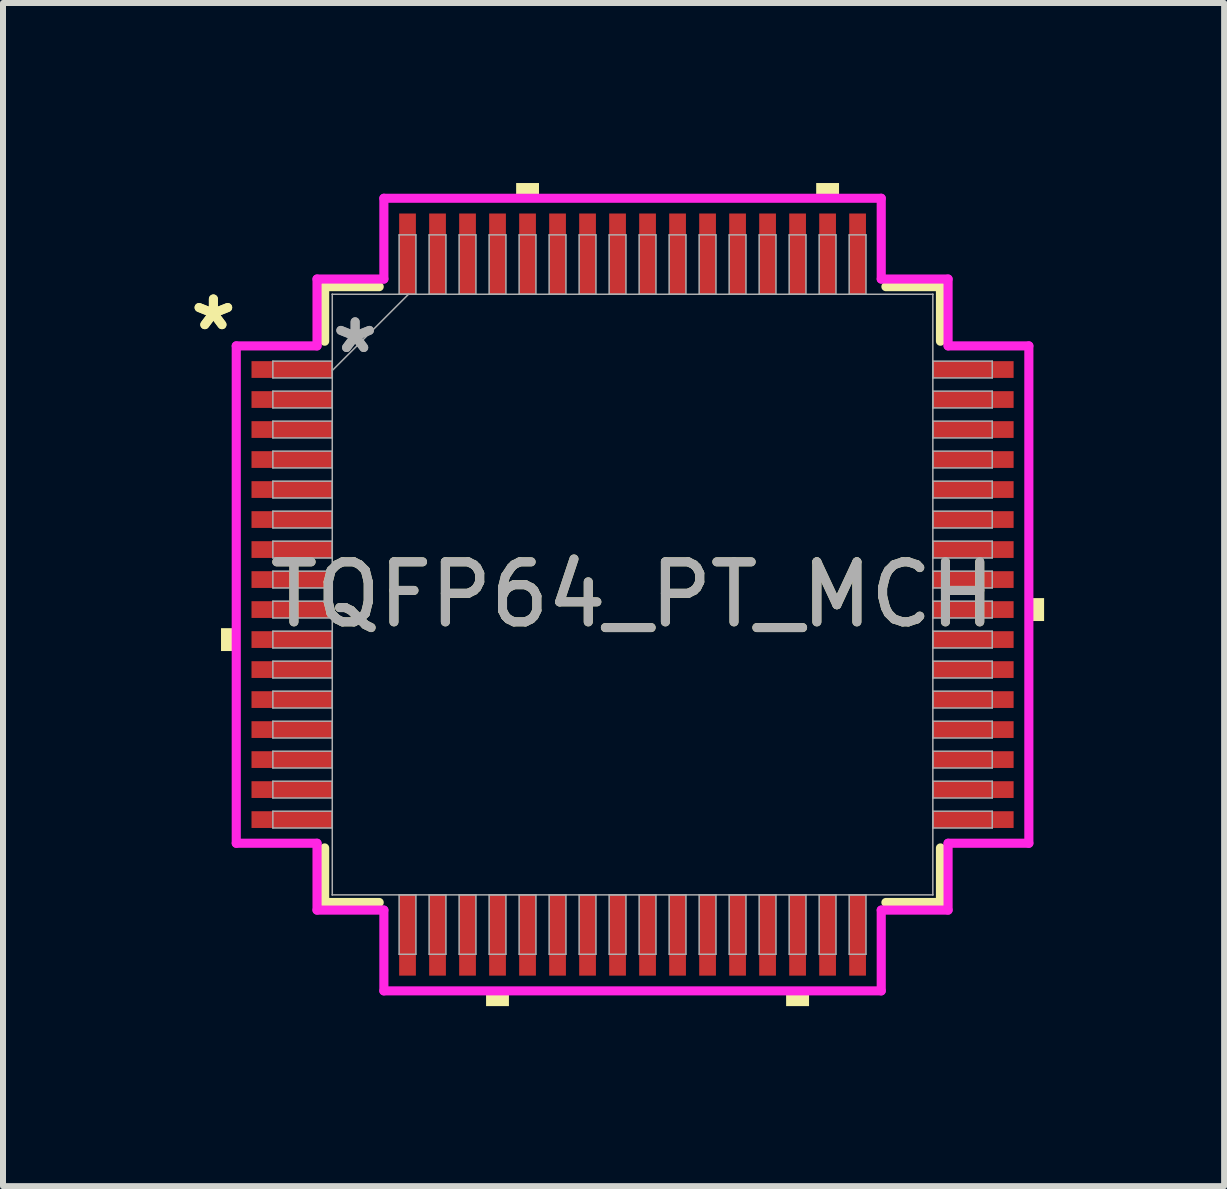
<source format=kicad_pcb>
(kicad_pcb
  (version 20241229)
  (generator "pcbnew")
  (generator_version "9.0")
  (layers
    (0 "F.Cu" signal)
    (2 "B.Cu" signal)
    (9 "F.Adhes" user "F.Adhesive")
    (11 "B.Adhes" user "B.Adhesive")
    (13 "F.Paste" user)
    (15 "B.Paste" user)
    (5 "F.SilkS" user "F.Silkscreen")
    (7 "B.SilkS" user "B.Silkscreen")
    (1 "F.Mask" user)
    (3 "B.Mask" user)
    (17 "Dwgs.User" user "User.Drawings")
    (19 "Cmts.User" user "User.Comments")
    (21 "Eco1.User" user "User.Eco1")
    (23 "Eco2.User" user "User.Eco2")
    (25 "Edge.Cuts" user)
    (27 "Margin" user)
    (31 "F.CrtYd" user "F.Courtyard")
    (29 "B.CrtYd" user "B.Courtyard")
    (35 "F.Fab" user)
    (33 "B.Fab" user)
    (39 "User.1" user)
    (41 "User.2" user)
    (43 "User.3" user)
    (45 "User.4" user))
  (footprint "TQFP64_PT_MCH"
    (layer "F.Cu")
    (at 7.491 6.858)
    (property "Reference" "TQFP64_PT_MCH" (at 0 0 0) (unlocked yes) (layer "F.SilkS") (effects (font (size 1 1) (thickness 0.15))))
    (attr smd)
    (fp_line (start -5.131 -5.131) (end -5.131 -4.222) (stroke (width 0.152) (type solid)) (layer "F.SilkS"))
    (fp_line (start -5.131 4.222) (end -5.131 5.131) (stroke (width 0.152) (type solid)) (layer "F.SilkS"))
    (fp_line (start -5.131 5.131) (end -4.222 5.131) (stroke (width 0.152) (type solid)) (layer "F.SilkS"))
    (fp_line (start -4.222 -5.131) (end -5.131 -5.131) (stroke (width 0.152) (type solid)) (layer "F.SilkS"))
    (fp_line (start 4.222 5.131) (end 5.131 5.131) (stroke (width 0.152) (type solid)) (layer "F.SilkS"))
    (fp_line (start 5.131 -5.131) (end 4.222 -5.131) (stroke (width 0.152) (type solid)) (layer "F.SilkS"))
    (fp_line (start 5.131 -4.222) (end 5.131 -5.131) (stroke (width 0.152) (type solid)) (layer "F.SilkS"))
    (fp_line (start 5.131 5.131) (end 5.131 4.222) (stroke (width 0.152) (type solid)) (layer "F.SilkS"))
    (fp_poly (pts (xy -6.858 0.56) (xy -6.858 0.941) (xy -6.604 0.941) (xy -6.604 0.56)) (stroke (width 0) (type solid)) (fill yes) (layer "F.SilkS"))
    (fp_poly (pts (xy -2.441 6.604) (xy -2.441 6.858) (xy -2.06 6.858) (xy -2.06 6.604)) (stroke (width 0) (type solid)) (fill yes) (layer "F.SilkS"))
    (fp_poly (pts (xy -1.94 -6.604) (xy -1.94 -6.858) (xy -1.559 -6.858) (xy -1.559 -6.604)) (stroke (width 0) (type solid)) (fill yes) (layer "F.SilkS"))
    (fp_poly (pts (xy 2.559 6.604) (xy 2.559 6.858) (xy 2.941 6.858) (xy 2.941 6.604)) (stroke (width 0) (type solid)) (fill yes) (layer "F.SilkS"))
    (fp_poly (pts (xy 3.06 -6.604) (xy 3.06 -6.858) (xy 3.441 -6.858) (xy 3.441 -6.604)) (stroke (width 0) (type solid)) (fill yes) (layer "F.SilkS"))
    (fp_poly (pts (xy 6.858 0.059) (xy 6.858 0.441) (xy 6.604 0.441) (xy 6.604 0.059)) (stroke (width 0) (type solid)) (fill yes) (layer "F.SilkS"))
    (fp_line (start -6.604 -4.144) (end -5.258 -4.144) (stroke (width 0.152) (type solid)) (layer "F.CrtYd"))
    (fp_line (start -6.604 4.144) (end -6.604 -4.144) (stroke (width 0.152) (type solid)) (layer "F.CrtYd"))
    (fp_line (start -5.258 -5.258) (end -4.144 -5.258) (stroke (width 0.152) (type solid)) (layer "F.CrtYd"))
    (fp_line (start -5.258 -4.144) (end -5.258 -5.258) (stroke (width 0.152) (type solid)) (layer "F.CrtYd"))
    (fp_line (start -5.258 4.144) (end -6.604 4.144) (stroke (width 0.152) (type solid)) (layer "F.CrtYd"))
    (fp_line (start -5.258 5.258) (end -5.258 4.144) (stroke (width 0.152) (type solid)) (layer "F.CrtYd"))
    (fp_line (start -5.258 5.258) (end -4.144 5.258) (stroke (width 0.152) (type solid)) (layer "F.CrtYd"))
    (fp_line (start -4.144 -6.604) (end 4.144 -6.604) (stroke (width 0.152) (type solid)) (layer "F.CrtYd"))
    (fp_line (start -4.144 -5.258) (end -4.144 -6.604) (stroke (width 0.152) (type solid)) (layer "F.CrtYd"))
    (fp_line (start -4.144 5.258) (end -4.144 6.604) (stroke (width 0.152) (type solid)) (layer "F.CrtYd"))
    (fp_line (start -4.144 6.604) (end 4.144 6.604) (stroke (width 0.152) (type solid)) (layer "F.CrtYd"))
    (fp_line (start 4.144 -6.604) (end 4.144 -5.258) (stroke (width 0.152) (type solid)) (layer "F.CrtYd"))
    (fp_line (start 4.144 -5.258) (end 5.258 -5.258) (stroke (width 0.152) (type solid)) (layer "F.CrtYd"))
    (fp_line (start 4.144 5.258) (end 5.258 5.258) (stroke (width 0.152) (type solid)) (layer "F.CrtYd"))
    (fp_line (start 4.144 6.604) (end 4.144 5.258) (stroke (width 0.152) (type solid)) (layer "F.CrtYd"))
    (fp_line (start 5.258 -4.144) (end 5.258 -5.258) (stroke (width 0.152) (type solid)) (layer "F.CrtYd"))
    (fp_line (start 5.258 4.144) (end 6.604 4.144) (stroke (width 0.152) (type solid)) (layer "F.CrtYd"))
    (fp_line (start 5.258 5.258) (end 5.258 4.144) (stroke (width 0.152) (type solid)) (layer "F.CrtYd"))
    (fp_line (start 6.604 -4.144) (end 5.258 -4.144) (stroke (width 0.152) (type solid)) (layer "F.CrtYd"))
    (fp_line (start 6.604 4.144) (end 6.604 -4.144) (stroke (width 0.152) (type solid)) (layer "F.CrtYd"))
    (fp_line (start -5.994 -3.89) (end -5.994 -3.61) (stroke (width 0.025) (type solid)) (layer "F.Fab"))
    (fp_line (start -5.994 -3.61) (end -5.004 -3.61) (stroke (width 0.025) (type solid)) (layer "F.Fab"))
    (fp_line (start -5.994 -3.39) (end -5.994 -3.11) (stroke (width 0.025) (type solid)) (layer "F.Fab"))
    (fp_line (start -5.994 -3.11) (end -5.004 -3.11) (stroke (width 0.025) (type solid)) (layer "F.Fab"))
    (fp_line (start -5.994 -2.89) (end -5.994 -2.61) (stroke (width 0.025) (type solid)) (layer "F.Fab"))
    (fp_line (start -5.994 -2.61) (end -5.004 -2.61) (stroke (width 0.025) (type solid)) (layer "F.Fab"))
    (fp_line (start -5.994 -2.39) (end -5.994 -2.11) (stroke (width 0.025) (type solid)) (layer "F.Fab"))
    (fp_line (start -5.994 -2.11) (end -5.004 -2.11) (stroke (width 0.025) (type solid)) (layer "F.Fab"))
    (fp_line (start -5.994 -1.89) (end -5.994 -1.61) (stroke (width 0.025) (type solid)) (layer "F.Fab"))
    (fp_line (start -5.994 -1.61) (end -5.004 -1.61) (stroke (width 0.025) (type solid)) (layer "F.Fab"))
    (fp_line (start -5.994 -1.39) (end -5.994 -1.11) (stroke (width 0.025) (type solid)) (layer "F.Fab"))
    (fp_line (start -5.994 -1.11) (end -5.004 -1.11) (stroke (width 0.025) (type solid)) (layer "F.Fab"))
    (fp_line (start -5.994 -0.89) (end -5.994 -0.61) (stroke (width 0.025) (type solid)) (layer "F.Fab"))
    (fp_line (start -5.994 -0.61) (end -5.004 -0.61) (stroke (width 0.025) (type solid)) (layer "F.Fab"))
    (fp_line (start -5.994 -0.39) (end -5.994 -0.11) (stroke (width 0.025) (type solid)) (layer "F.Fab"))
    (fp_line (start -5.994 -0.11) (end -5.004 -0.11) (stroke (width 0.025) (type solid)) (layer "F.Fab"))
    (fp_line (start -5.994 0.11) (end -5.994 0.39) (stroke (width 0.025) (type solid)) (layer "F.Fab"))
    (fp_line (start -5.994 0.39) (end -5.004 0.39) (stroke (width 0.025) (type solid)) (layer "F.Fab"))
    (fp_line (start -5.994 0.61) (end -5.994 0.89) (stroke (width 0.025) (type solid)) (layer "F.Fab"))
    (fp_line (start -5.994 0.89) (end -5.004 0.89) (stroke (width 0.025) (type solid)) (layer "F.Fab"))
    (fp_line (start -5.994 1.11) (end -5.994 1.39) (stroke (width 0.025) (type solid)) (layer "F.Fab"))
    (fp_line (start -5.994 1.39) (end -5.004 1.39) (stroke (width 0.025) (type solid)) (layer "F.Fab"))
    (fp_line (start -5.994 1.61) (end -5.994 1.89) (stroke (width 0.025) (type solid)) (layer "F.Fab"))
    (fp_line (start -5.994 1.89) (end -5.004 1.89) (stroke (width 0.025) (type solid)) (layer "F.Fab"))
    (fp_line (start -5.994 2.11) (end -5.994 2.39) (stroke (width 0.025) (type solid)) (layer "F.Fab"))
    (fp_line (start -5.994 2.39) (end -5.004 2.39) (stroke (width 0.025) (type solid)) (layer "F.Fab"))
    (fp_line (start -5.994 2.61) (end -5.994 2.89) (stroke (width 0.025) (type solid)) (layer "F.Fab"))
    (fp_line (start -5.994 2.89) (end -5.004 2.89) (stroke (width 0.025) (type solid)) (layer "F.Fab"))
    (fp_line (start -5.994 3.11) (end -5.994 3.39) (stroke (width 0.025) (type solid)) (layer "F.Fab"))
    (fp_line (start -5.994 3.39) (end -5.004 3.39) (stroke (width 0.025) (type solid)) (layer "F.Fab"))
    (fp_line (start -5.994 3.61) (end -5.994 3.89) (stroke (width 0.025) (type solid)) (layer "F.Fab"))
    (fp_line (start -5.994 3.89) (end -5.004 3.89) (stroke (width 0.025) (type solid)) (layer "F.Fab"))
    (fp_line (start -5.004 -5.004) (end -5.004 -5.004) (stroke (width 0.025) (type solid)) (layer "F.Fab"))
    (fp_line (start -5.004 -5.004) (end -5.004 5.004) (stroke (width 0.025) (type solid)) (layer "F.Fab"))
    (fp_line (start -5.004 -3.89) (end -5.994 -3.89) (stroke (width 0.025) (type solid)) (layer "F.Fab"))
    (fp_line (start -5.004 -3.734) (end -3.734 -5.004) (stroke (width 0.025) (type solid)) (layer "F.Fab"))
    (fp_line (start -5.004 -3.61) (end -5.004 -3.89) (stroke (width 0.025) (type solid)) (layer "F.Fab"))
    (fp_line (start -5.004 -3.39) (end -5.994 -3.39) (stroke (width 0.025) (type solid)) (layer "F.Fab"))
    (fp_line (start -5.004 -3.11) (end -5.004 -3.39) (stroke (width 0.025) (type solid)) (layer "F.Fab"))
    (fp_line (start -5.004 -2.89) (end -5.994 -2.89) (stroke (width 0.025) (type solid)) (layer "F.Fab"))
    (fp_line (start -5.004 -2.61) (end -5.004 -2.89) (stroke (width 0.025) (type solid)) (layer "F.Fab"))
    (fp_line (start -5.004 -2.39) (end -5.994 -2.39) (stroke (width 0.025) (type solid)) (layer "F.Fab"))
    (fp_line (start -5.004 -2.11) (end -5.004 -2.39) (stroke (width 0.025) (type solid)) (layer "F.Fab"))
    (fp_line (start -5.004 -1.89) (end -5.994 -1.89) (stroke (width 0.025) (type solid)) (layer "F.Fab"))
    (fp_line (start -5.004 -1.61) (end -5.004 -1.89) (stroke (width 0.025) (type solid)) (layer "F.Fab"))
    (fp_line (start -5.004 -1.39) (end -5.994 -1.39) (stroke (width 0.025) (type solid)) (layer "F.Fab"))
    (fp_line (start -5.004 -1.11) (end -5.004 -1.39) (stroke (width 0.025) (type solid)) (layer "F.Fab"))
    (fp_line (start -5.004 -0.89) (end -5.994 -0.89) (stroke (width 0.025) (type solid)) (layer "F.Fab"))
    (fp_line (start -5.004 -0.61) (end -5.004 -0.89) (stroke (width 0.025) (type solid)) (layer "F.Fab"))
    (fp_line (start -5.004 -0.39) (end -5.994 -0.39) (stroke (width 0.025) (type solid)) (layer "F.Fab"))
    (fp_line (start -5.004 -0.11) (end -5.004 -0.39) (stroke (width 0.025) (type solid)) (layer "F.Fab"))
    (fp_line (start -5.004 0.11) (end -5.994 0.11) (stroke (width 0.025) (type solid)) (layer "F.Fab"))
    (fp_line (start -5.004 0.39) (end -5.004 0.11) (stroke (width 0.025) (type solid)) (layer "F.Fab"))
    (fp_line (start -5.004 0.61) (end -5.994 0.61) (stroke (width 0.025) (type solid)) (layer "F.Fab"))
    (fp_line (start -5.004 0.89) (end -5.004 0.61) (stroke (width 0.025) (type solid)) (layer "F.Fab"))
    (fp_line (start -5.004 1.11) (end -5.994 1.11) (stroke (width 0.025) (type solid)) (layer "F.Fab"))
    (fp_line (start -5.004 1.39) (end -5.004 1.11) (stroke (width 0.025) (type solid)) (layer "F.Fab"))
    (fp_line (start -5.004 1.61) (end -5.994 1.61) (stroke (width 0.025) (type solid)) (layer "F.Fab"))
    (fp_line (start -5.004 1.89) (end -5.004 1.61) (stroke (width 0.025) (type solid)) (layer "F.Fab"))
    (fp_line (start -5.004 2.11) (end -5.994 2.11) (stroke (width 0.025) (type solid)) (layer "F.Fab"))
    (fp_line (start -5.004 2.39) (end -5.004 2.11) (stroke (width 0.025) (type solid)) (layer "F.Fab"))
    (fp_line (start -5.004 2.61) (end -5.994 2.61) (stroke (width 0.025) (type solid)) (layer "F.Fab"))
    (fp_line (start -5.004 2.89) (end -5.004 2.61) (stroke (width 0.025) (type solid)) (layer "F.Fab"))
    (fp_line (start -5.004 3.11) (end -5.994 3.11) (stroke (width 0.025) (type solid)) (layer "F.Fab"))
    (fp_line (start -5.004 3.39) (end -5.004 3.11) (stroke (width 0.025) (type solid)) (layer "F.Fab"))
    (fp_line (start -5.004 3.61) (end -5.994 3.61) (stroke (width 0.025) (type solid)) (layer "F.Fab"))
    (fp_line (start -5.004 3.89) (end -5.004 3.61) (stroke (width 0.025) (type solid)) (layer "F.Fab"))
    (fp_line (start -5.004 5.004) (end -5.004 5.004) (stroke (width 0.025) (type solid)) (layer "F.Fab"))
    (fp_line (start -5.004 5.004) (end 5.004 5.004) (stroke (width 0.025) (type solid)) (layer "F.Fab"))
    (fp_line (start -3.89 -5.994) (end -3.89 -5.004) (stroke (width 0.025) (type solid)) (layer "F.Fab"))
    (fp_line (start -3.89 -5.004) (end -3.61 -5.004) (stroke (width 0.025) (type solid)) (layer "F.Fab"))
    (fp_line (start -3.89 5.004) (end -3.89 5.994) (stroke (width 0.025) (type solid)) (layer "F.Fab"))
    (fp_line (start -3.89 5.994) (end -3.61 5.994) (stroke (width 0.025) (type solid)) (layer "F.Fab"))
    (fp_line (start -3.61 -5.994) (end -3.89 -5.994) (stroke (width 0.025) (type solid)) (layer "F.Fab"))
    (fp_line (start -3.61 -5.004) (end -3.61 -5.994) (stroke (width 0.025) (type solid)) (layer "F.Fab"))
    (fp_line (start -3.61 5.004) (end -3.89 5.004) (stroke (width 0.025) (type solid)) (layer "F.Fab"))
    (fp_line (start -3.61 5.994) (end -3.61 5.004) (stroke (width 0.025) (type solid)) (layer "F.Fab"))
    (fp_line (start -3.39 -5.994) (end -3.39 -5.004) (stroke (width 0.025) (type solid)) (layer "F.Fab"))
    (fp_line (start -3.39 -5.004) (end -3.11 -5.004) (stroke (width 0.025) (type solid)) (layer "F.Fab"))
    (fp_line (start -3.39 5.004) (end -3.39 5.994) (stroke (width 0.025) (type solid)) (layer "F.Fab"))
    (fp_line (start -3.39 5.994) (end -3.11 5.994) (stroke (width 0.025) (type solid)) (layer "F.Fab"))
    (fp_line (start -3.11 -5.994) (end -3.39 -5.994) (stroke (width 0.025) (type solid)) (layer "F.Fab"))
    (fp_line (start -3.11 -5.004) (end -3.11 -5.994) (stroke (width 0.025) (type solid)) (layer "F.Fab"))
    (fp_line (start -3.11 5.004) (end -3.39 5.004) (stroke (width 0.025) (type solid)) (layer "F.Fab"))
    (fp_line (start -3.11 5.994) (end -3.11 5.004) (stroke (width 0.025) (type solid)) (layer "F.Fab"))
    (fp_line (start -2.89 -5.994) (end -2.89 -5.004) (stroke (width 0.025) (type solid)) (layer "F.Fab"))
    (fp_line (start -2.89 -5.004) (end -2.61 -5.004) (stroke (width 0.025) (type solid)) (layer "F.Fab"))
    (fp_line (start -2.89 5.004) (end -2.89 5.994) (stroke (width 0.025) (type solid)) (layer "F.Fab"))
    (fp_line (start -2.89 5.994) (end -2.61 5.994) (stroke (width 0.025) (type solid)) (layer "F.Fab"))
    (fp_line (start -2.61 -5.994) (end -2.89 -5.994) (stroke (width 0.025) (type solid)) (layer "F.Fab"))
    (fp_line (start -2.61 -5.004) (end -2.61 -5.994) (stroke (width 0.025) (type solid)) (layer "F.Fab"))
    (fp_line (start -2.61 5.004) (end -2.89 5.004) (stroke (width 0.025) (type solid)) (layer "F.Fab"))
    (fp_line (start -2.61 5.994) (end -2.61 5.004) (stroke (width 0.025) (type solid)) (layer "F.Fab"))
    (fp_line (start -2.39 -5.994) (end -2.39 -5.004) (stroke (width 0.025) (type solid)) (layer "F.Fab"))
    (fp_line (start -2.39 -5.004) (end -2.11 -5.004) (stroke (width 0.025) (type solid)) (layer "F.Fab"))
    (fp_line (start -2.39 5.004) (end -2.39 5.994) (stroke (width 0.025) (type solid)) (layer "F.Fab"))
    (fp_line (start -2.39 5.994) (end -2.11 5.994) (stroke (width 0.025) (type solid)) (layer "F.Fab"))
    (fp_line (start -2.11 -5.994) (end -2.39 -5.994) (stroke (width 0.025) (type solid)) (layer "F.Fab"))
    (fp_line (start -2.11 -5.004) (end -2.11 -5.994) (stroke (width 0.025) (type solid)) (layer "F.Fab"))
    (fp_line (start -2.11 5.004) (end -2.39 5.004) (stroke (width 0.025) (type solid)) (layer "F.Fab"))
    (fp_line (start -2.11 5.994) (end -2.11 5.004) (stroke (width 0.025) (type solid)) (layer "F.Fab"))
    (fp_line (start -1.89 -5.994) (end -1.89 -5.004) (stroke (width 0.025) (type solid)) (layer "F.Fab"))
    (fp_line (start -1.89 -5.004) (end -1.61 -5.004) (stroke (width 0.025) (type solid)) (layer "F.Fab"))
    (fp_line (start -1.89 5.004) (end -1.89 5.994) (stroke (width 0.025) (type solid)) (layer "F.Fab"))
    (fp_line (start -1.89 5.994) (end -1.61 5.994) (stroke (width 0.025) (type solid)) (layer "F.Fab"))
    (fp_line (start -1.61 -5.994) (end -1.89 -5.994) (stroke (width 0.025) (type solid)) (layer "F.Fab"))
    (fp_line (start -1.61 -5.004) (end -1.61 -5.994) (stroke (width 0.025) (type solid)) (layer "F.Fab"))
    (fp_line (start -1.61 5.004) (end -1.89 5.004) (stroke (width 0.025) (type solid)) (layer "F.Fab"))
    (fp_line (start -1.61 5.994) (end -1.61 5.004) (stroke (width 0.025) (type solid)) (layer "F.Fab"))
    (fp_line (start -1.39 -5.994) (end -1.39 -5.004) (stroke (width 0.025) (type solid)) (layer "F.Fab"))
    (fp_line (start -1.39 -5.004) (end -1.11 -5.004) (stroke (width 0.025) (type solid)) (layer "F.Fab"))
    (fp_line (start -1.39 5.004) (end -1.39 5.994) (stroke (width 0.025) (type solid)) (layer "F.Fab"))
    (fp_line (start -1.39 5.994) (end -1.11 5.994) (stroke (width 0.025) (type solid)) (layer "F.Fab"))
    (fp_line (start -1.11 -5.994) (end -1.39 -5.994) (stroke (width 0.025) (type solid)) (layer "F.Fab"))
    (fp_line (start -1.11 -5.004) (end -1.11 -5.994) (stroke (width 0.025) (type solid)) (layer "F.Fab"))
    (fp_line (start -1.11 5.004) (end -1.39 5.004) (stroke (width 0.025) (type solid)) (layer "F.Fab"))
    (fp_line (start -1.11 5.994) (end -1.11 5.004) (stroke (width 0.025) (type solid)) (layer "F.Fab"))
    (fp_line (start -0.89 -5.994) (end -0.89 -5.004) (stroke (width 0.025) (type solid)) (layer "F.Fab"))
    (fp_line (start -0.89 -5.004) (end -0.61 -5.004) (stroke (width 0.025) (type solid)) (layer "F.Fab"))
    (fp_line (start -0.89 5.004) (end -0.89 5.994) (stroke (width 0.025) (type solid)) (layer "F.Fab"))
    (fp_line (start -0.89 5.994) (end -0.61 5.994) (stroke (width 0.025) (type solid)) (layer "F.Fab"))
    (fp_line (start -0.61 -5.994) (end -0.89 -5.994) (stroke (width 0.025) (type solid)) (layer "F.Fab"))
    (fp_line (start -0.61 -5.004) (end -0.61 -5.994) (stroke (width 0.025) (type solid)) (layer "F.Fab"))
    (fp_line (start -0.61 5.004) (end -0.89 5.004) (stroke (width 0.025) (type solid)) (layer "F.Fab"))
    (fp_line (start -0.61 5.994) (end -0.61 5.004) (stroke (width 0.025) (type solid)) (layer "F.Fab"))
    (fp_line (start -0.39 -5.994) (end -0.39 -5.004) (stroke (width 0.025) (type solid)) (layer "F.Fab"))
    (fp_line (start -0.39 -5.004) (end -0.11 -5.004) (stroke (width 0.025) (type solid)) (layer "F.Fab"))
    (fp_line (start -0.39 5.004) (end -0.39 5.994) (stroke (width 0.025) (type solid)) (layer "F.Fab"))
    (fp_line (start -0.39 5.994) (end -0.11 5.994) (stroke (width 0.025) (type solid)) (layer "F.Fab"))
    (fp_line (start -0.11 -5.994) (end -0.39 -5.994) (stroke (width 0.025) (type solid)) (layer "F.Fab"))
    (fp_line (start -0.11 -5.004) (end -0.11 -5.994) (stroke (width 0.025) (type solid)) (layer "F.Fab"))
    (fp_line (start -0.11 5.004) (end -0.39 5.004) (stroke (width 0.025) (type solid)) (layer "F.Fab"))
    (fp_line (start -0.11 5.994) (end -0.11 5.004) (stroke (width 0.025) (type solid)) (layer "F.Fab"))
    (fp_line (start 0.11 -5.994) (end 0.11 -5.004) (stroke (width 0.025) (type solid)) (layer "F.Fab"))
    (fp_line (start 0.11 -5.004) (end 0.39 -5.004) (stroke (width 0.025) (type solid)) (layer "F.Fab"))
    (fp_line (start 0.11 5.004) (end 0.11 5.994) (stroke (width 0.025) (type solid)) (layer "F.Fab"))
    (fp_line (start 0.11 5.994) (end 0.39 5.994) (stroke (width 0.025) (type solid)) (layer "F.Fab"))
    (fp_line (start 0.39 -5.994) (end 0.11 -5.994) (stroke (width 0.025) (type solid)) (layer "F.Fab"))
    (fp_line (start 0.39 -5.004) (end 0.39 -5.994) (stroke (width 0.025) (type solid)) (layer "F.Fab"))
    (fp_line (start 0.39 5.004) (end 0.11 5.004) (stroke (width 0.025) (type solid)) (layer "F.Fab"))
    (fp_line (start 0.39 5.994) (end 0.39 5.004) (stroke (width 0.025) (type solid)) (layer "F.Fab"))
    (fp_line (start 0.61 -5.994) (end 0.61 -5.004) (stroke (width 0.025) (type solid)) (layer "F.Fab"))
    (fp_line (start 0.61 -5.004) (end 0.89 -5.004) (stroke (width 0.025) (type solid)) (layer "F.Fab"))
    (fp_line (start 0.61 5.004) (end 0.61 5.994) (stroke (width 0.025) (type solid)) (layer "F.Fab"))
    (fp_line (start 0.61 5.994) (end 0.89 5.994) (stroke (width 0.025) (type solid)) (layer "F.Fab"))
    (fp_line (start 0.89 -5.994) (end 0.61 -5.994) (stroke (width 0.025) (type solid)) (layer "F.Fab"))
    (fp_line (start 0.89 -5.004) (end 0.89 -5.994) (stroke (width 0.025) (type solid)) (layer "F.Fab"))
    (fp_line (start 0.89 5.004) (end 0.61 5.004) (stroke (width 0.025) (type solid)) (layer "F.Fab"))
    (fp_line (start 0.89 5.994) (end 0.89 5.004) (stroke (width 0.025) (type solid)) (layer "F.Fab"))
    (fp_line (start 1.11 -5.994) (end 1.11 -5.004) (stroke (width 0.025) (type solid)) (layer "F.Fab"))
    (fp_line (start 1.11 -5.004) (end 1.39 -5.004) (stroke (width 0.025) (type solid)) (layer "F.Fab"))
    (fp_line (start 1.11 5.004) (end 1.11 5.994) (stroke (width 0.025) (type solid)) (layer "F.Fab"))
    (fp_line (start 1.11 5.994) (end 1.39 5.994) (stroke (width 0.025) (type solid)) (layer "F.Fab"))
    (fp_line (start 1.39 -5.994) (end 1.11 -5.994) (stroke (width 0.025) (type solid)) (layer "F.Fab"))
    (fp_line (start 1.39 -5.004) (end 1.39 -5.994) (stroke (width 0.025) (type solid)) (layer "F.Fab"))
    (fp_line (start 1.39 5.004) (end 1.11 5.004) (stroke (width 0.025) (type solid)) (layer "F.Fab"))
    (fp_line (start 1.39 5.994) (end 1.39 5.004) (stroke (width 0.025) (type solid)) (layer "F.Fab"))
    (fp_line (start 1.61 -5.994) (end 1.61 -5.004) (stroke (width 0.025) (type solid)) (layer "F.Fab"))
    (fp_line (start 1.61 -5.004) (end 1.89 -5.004) (stroke (width 0.025) (type solid)) (layer "F.Fab"))
    (fp_line (start 1.61 5.004) (end 1.61 5.994) (stroke (width 0.025) (type solid)) (layer "F.Fab"))
    (fp_line (start 1.61 5.994) (end 1.89 5.994) (stroke (width 0.025) (type solid)) (layer "F.Fab"))
    (fp_line (start 1.89 -5.994) (end 1.61 -5.994) (stroke (width 0.025) (type solid)) (layer "F.Fab"))
    (fp_line (start 1.89 -5.004) (end 1.89 -5.994) (stroke (width 0.025) (type solid)) (layer "F.Fab"))
    (fp_line (start 1.89 5.004) (end 1.61 5.004) (stroke (width 0.025) (type solid)) (layer "F.Fab"))
    (fp_line (start 1.89 5.994) (end 1.89 5.004) (stroke (width 0.025) (type solid)) (layer "F.Fab"))
    (fp_line (start 2.11 -5.994) (end 2.11 -5.004) (stroke (width 0.025) (type solid)) (layer "F.Fab"))
    (fp_line (start 2.11 -5.004) (end 2.39 -5.004) (stroke (width 0.025) (type solid)) (layer "F.Fab"))
    (fp_line (start 2.11 5.004) (end 2.11 5.994) (stroke (width 0.025) (type solid)) (layer "F.Fab"))
    (fp_line (start 2.11 5.994) (end 2.39 5.994) (stroke (width 0.025) (type solid)) (layer "F.Fab"))
    (fp_line (start 2.39 -5.994) (end 2.11 -5.994) (stroke (width 0.025) (type solid)) (layer "F.Fab"))
    (fp_line (start 2.39 -5.004) (end 2.39 -5.994) (stroke (width 0.025) (type solid)) (layer "F.Fab"))
    (fp_line (start 2.39 5.004) (end 2.11 5.004) (stroke (width 0.025) (type solid)) (layer "F.Fab"))
    (fp_line (start 2.39 5.994) (end 2.39 5.004) (stroke (width 0.025) (type solid)) (layer "F.Fab"))
    (fp_line (start 2.61 -5.994) (end 2.61 -5.004) (stroke (width 0.025) (type solid)) (layer "F.Fab"))
    (fp_line (start 2.61 -5.004) (end 2.89 -5.004) (stroke (width 0.025) (type solid)) (layer "F.Fab"))
    (fp_line (start 2.61 5.004) (end 2.61 5.994) (stroke (width 0.025) (type solid)) (layer "F.Fab"))
    (fp_line (start 2.61 5.994) (end 2.89 5.994) (stroke (width 0.025) (type solid)) (layer "F.Fab"))
    (fp_line (start 2.89 -5.994) (end 2.61 -5.994) (stroke (width 0.025) (type solid)) (layer "F.Fab"))
    (fp_line (start 2.89 -5.004) (end 2.89 -5.994) (stroke (width 0.025) (type solid)) (layer "F.Fab"))
    (fp_line (start 2.89 5.004) (end 2.61 5.004) (stroke (width 0.025) (type solid)) (layer "F.Fab"))
    (fp_line (start 2.89 5.994) (end 2.89 5.004) (stroke (width 0.025) (type solid)) (layer "F.Fab"))
    (fp_line (start 3.11 -5.994) (end 3.11 -5.004) (stroke (width 0.025) (type solid)) (layer "F.Fab"))
    (fp_line (start 3.11 -5.004) (end 3.39 -5.004) (stroke (width 0.025) (type solid)) (layer "F.Fab"))
    (fp_line (start 3.11 5.004) (end 3.11 5.994) (stroke (width 0.025) (type solid)) (layer "F.Fab"))
    (fp_line (start 3.11 5.994) (end 3.39 5.994) (stroke (width 0.025) (type solid)) (layer "F.Fab"))
    (fp_line (start 3.39 -5.994) (end 3.11 -5.994) (stroke (width 0.025) (type solid)) (layer "F.Fab"))
    (fp_line (start 3.39 -5.004) (end 3.39 -5.994) (stroke (width 0.025) (type solid)) (layer "F.Fab"))
    (fp_line (start 3.39 5.004) (end 3.11 5.004) (stroke (width 0.025) (type solid)) (layer "F.Fab"))
    (fp_line (start 3.39 5.994) (end 3.39 5.004) (stroke (width 0.025) (type solid)) (layer "F.Fab"))
    (fp_line (start 3.61 -5.994) (end 3.61 -5.004) (stroke (width 0.025) (type solid)) (layer "F.Fab"))
    (fp_line (start 3.61 -5.004) (end 3.89 -5.004) (stroke (width 0.025) (type solid)) (layer "F.Fab"))
    (fp_line (start 3.61 5.004) (end 3.61 5.994) (stroke (width 0.025) (type solid)) (layer "F.Fab"))
    (fp_line (start 3.61 5.994) (end 3.89 5.994) (stroke (width 0.025) (type solid)) (layer "F.Fab"))
    (fp_line (start 3.89 -5.994) (end 3.61 -5.994) (stroke (width 0.025) (type solid)) (layer "F.Fab"))
    (fp_line (start 3.89 -5.004) (end 3.89 -5.994) (stroke (width 0.025) (type solid)) (layer "F.Fab"))
    (fp_line (start 3.89 5.004) (end 3.61 5.004) (stroke (width 0.025) (type solid)) (layer "F.Fab"))
    (fp_line (start 3.89 5.994) (end 3.89 5.004) (stroke (width 0.025) (type solid)) (layer "F.Fab"))
    (fp_line (start 5.004 -5.004) (end -5.004 -5.004) (stroke (width 0.025) (type solid)) (layer "F.Fab"))
    (fp_line (start 5.004 -5.004) (end 5.004 -5.004) (stroke (width 0.025) (type solid)) (layer "F.Fab"))
    (fp_line (start 5.004 -3.89) (end 5.004 -3.61) (stroke (width 0.025) (type solid)) (layer "F.Fab"))
    (fp_line (start 5.004 -3.61) (end 5.994 -3.61) (stroke (width 0.025) (type solid)) (layer "F.Fab"))
    (fp_line (start 5.004 -3.39) (end 5.004 -3.11) (stroke (width 0.025) (type solid)) (layer "F.Fab"))
    (fp_line (start 5.004 -3.11) (end 5.994 -3.11) (stroke (width 0.025) (type solid)) (layer "F.Fab"))
    (fp_line (start 5.004 -2.89) (end 5.004 -2.61) (stroke (width 0.025) (type solid)) (layer "F.Fab"))
    (fp_line (start 5.004 -2.61) (end 5.994 -2.61) (stroke (width 0.025) (type solid)) (layer "F.Fab"))
    (fp_line (start 5.004 -2.39) (end 5.004 -2.11) (stroke (width 0.025) (type solid)) (layer "F.Fab"))
    (fp_line (start 5.004 -2.11) (end 5.994 -2.11) (stroke (width 0.025) (type solid)) (layer "F.Fab"))
    (fp_line (start 5.004 -1.89) (end 5.004 -1.61) (stroke (width 0.025) (type solid)) (layer "F.Fab"))
    (fp_line (start 5.004 -1.61) (end 5.994 -1.61) (stroke (width 0.025) (type solid)) (layer "F.Fab"))
    (fp_line (start 5.004 -1.39) (end 5.004 -1.11) (stroke (width 0.025) (type solid)) (layer "F.Fab"))
    (fp_line (start 5.004 -1.11) (end 5.994 -1.11) (stroke (width 0.025) (type solid)) (layer "F.Fab"))
    (fp_line (start 5.004 -0.89) (end 5.004 -0.61) (stroke (width 0.025) (type solid)) (layer "F.Fab"))
    (fp_line (start 5.004 -0.61) (end 5.994 -0.61) (stroke (width 0.025) (type solid)) (layer "F.Fab"))
    (fp_line (start 5.004 -0.39) (end 5.004 -0.11) (stroke (width 0.025) (type solid)) (layer "F.Fab"))
    (fp_line (start 5.004 -0.11) (end 5.994 -0.11) (stroke (width 0.025) (type solid)) (layer "F.Fab"))
    (fp_line (start 5.004 0.11) (end 5.004 0.39) (stroke (width 0.025) (type solid)) (layer "F.Fab"))
    (fp_line (start 5.004 0.39) (end 5.994 0.39) (stroke (width 0.025) (type solid)) (layer "F.Fab"))
    (fp_line (start 5.004 0.61) (end 5.004 0.89) (stroke (width 0.025) (type solid)) (layer "F.Fab"))
    (fp_line (start 5.004 0.89) (end 5.994 0.89) (stroke (width 0.025) (type solid)) (layer "F.Fab"))
    (fp_line (start 5.004 1.11) (end 5.004 1.39) (stroke (width 0.025) (type solid)) (layer "F.Fab"))
    (fp_line (start 5.004 1.39) (end 5.994 1.39) (stroke (width 0.025) (type solid)) (layer "F.Fab"))
    (fp_line (start 5.004 1.61) (end 5.004 1.89) (stroke (width 0.025) (type solid)) (layer "F.Fab"))
    (fp_line (start 5.004 1.89) (end 5.994 1.89) (stroke (width 0.025) (type solid)) (layer "F.Fab"))
    (fp_line (start 5.004 2.11) (end 5.004 2.39) (stroke (width 0.025) (type solid)) (layer "F.Fab"))
    (fp_line (start 5.004 2.39) (end 5.994 2.39) (stroke (width 0.025) (type solid)) (layer "F.Fab"))
    (fp_line (start 5.004 2.61) (end 5.004 2.89) (stroke (width 0.025) (type solid)) (layer "F.Fab"))
    (fp_line (start 5.004 2.89) (end 5.994 2.89) (stroke (width 0.025) (type solid)) (layer "F.Fab"))
    (fp_line (start 5.004 3.11) (end 5.004 3.39) (stroke (width 0.025) (type solid)) (layer "F.Fab"))
    (fp_line (start 5.004 3.39) (end 5.994 3.39) (stroke (width 0.025) (type solid)) (layer "F.Fab"))
    (fp_line (start 5.004 3.61) (end 5.004 3.89) (stroke (width 0.025) (type solid)) (layer "F.Fab"))
    (fp_line (start 5.004 3.89) (end 5.994 3.89) (stroke (width 0.025) (type solid)) (layer "F.Fab"))
    (fp_line (start 5.004 5.004) (end 5.004 -5.004) (stroke (width 0.025) (type solid)) (layer "F.Fab"))
    (fp_line (start 5.004 5.004) (end 5.004 5.004) (stroke (width 0.025) (type solid)) (layer "F.Fab"))
    (fp_line (start 5.994 -3.89) (end 5.004 -3.89) (stroke (width 0.025) (type solid)) (layer "F.Fab"))
    (fp_line (start 5.994 -3.61) (end 5.994 -3.89) (stroke (width 0.025) (type solid)) (layer "F.Fab"))
    (fp_line (start 5.994 -3.39) (end 5.004 -3.39) (stroke (width 0.025) (type solid)) (layer "F.Fab"))
    (fp_line (start 5.994 -3.11) (end 5.994 -3.39) (stroke (width 0.025) (type solid)) (layer "F.Fab"))
    (fp_line (start 5.994 -2.89) (end 5.004 -2.89) (stroke (width 0.025) (type solid)) (layer "F.Fab"))
    (fp_line (start 5.994 -2.61) (end 5.994 -2.89) (stroke (width 0.025) (type solid)) (layer "F.Fab"))
    (fp_line (start 5.994 -2.39) (end 5.004 -2.39) (stroke (width 0.025) (type solid)) (layer "F.Fab"))
    (fp_line (start 5.994 -2.11) (end 5.994 -2.39) (stroke (width 0.025) (type solid)) (layer "F.Fab"))
    (fp_line (start 5.994 -1.89) (end 5.004 -1.89) (stroke (width 0.025) (type solid)) (layer "F.Fab"))
    (fp_line (start 5.994 -1.61) (end 5.994 -1.89) (stroke (width 0.025) (type solid)) (layer "F.Fab"))
    (fp_line (start 5.994 -1.39) (end 5.004 -1.39) (stroke (width 0.025) (type solid)) (layer "F.Fab"))
    (fp_line (start 5.994 -1.11) (end 5.994 -1.39) (stroke (width 0.025) (type solid)) (layer "F.Fab"))
    (fp_line (start 5.994 -0.89) (end 5.004 -0.89) (stroke (width 0.025) (type solid)) (layer "F.Fab"))
    (fp_line (start 5.994 -0.61) (end 5.994 -0.89) (stroke (width 0.025) (type solid)) (layer "F.Fab"))
    (fp_line (start 5.994 -0.39) (end 5.004 -0.39) (stroke (width 0.025) (type solid)) (layer "F.Fab"))
    (fp_line (start 5.994 -0.11) (end 5.994 -0.39) (stroke (width 0.025) (type solid)) (layer "F.Fab"))
    (fp_line (start 5.994 0.11) (end 5.004 0.11) (stroke (width 0.025) (type solid)) (layer "F.Fab"))
    (fp_line (start 5.994 0.39) (end 5.994 0.11) (stroke (width 0.025) (type solid)) (layer "F.Fab"))
    (fp_line (start 5.994 0.61) (end 5.004 0.61) (stroke (width 0.025) (type solid)) (layer "F.Fab"))
    (fp_line (start 5.994 0.89) (end 5.994 0.61) (stroke (width 0.025) (type solid)) (layer "F.Fab"))
    (fp_line (start 5.994 1.11) (end 5.004 1.11) (stroke (width 0.025) (type solid)) (layer "F.Fab"))
    (fp_line (start 5.994 1.39) (end 5.994 1.11) (stroke (width 0.025) (type solid)) (layer "F.Fab"))
    (fp_line (start 5.994 1.61) (end 5.004 1.61) (stroke (width 0.025) (type solid)) (layer "F.Fab"))
    (fp_line (start 5.994 1.89) (end 5.994 1.61) (stroke (width 0.025) (type solid)) (layer "F.Fab"))
    (fp_line (start 5.994 2.11) (end 5.004 2.11) (stroke (width 0.025) (type solid)) (layer "F.Fab"))
    (fp_line (start 5.994 2.39) (end 5.994 2.11) (stroke (width 0.025) (type solid)) (layer "F.Fab"))
    (fp_line (start 5.994 2.61) (end 5.004 2.61) (stroke (width 0.025) (type solid)) (layer "F.Fab"))
    (fp_line (start 5.994 2.89) (end 5.994 2.61) (stroke (width 0.025) (type solid)) (layer "F.Fab"))
    (fp_line (start 5.994 3.11) (end 5.004 3.11) (stroke (width 0.025) (type solid)) (layer "F.Fab"))
    (fp_line (start 5.994 3.39) (end 5.994 3.11) (stroke (width 0.025) (type solid)) (layer "F.Fab"))
    (fp_line (start 5.994 3.61) (end 5.004 3.61) (stroke (width 0.025) (type solid)) (layer "F.Fab"))
    (fp_line (start 5.994 3.89) (end 5.994 3.61) (stroke (width 0.025) (type solid)) (layer "F.Fab"))
    (fp_text user "*" (at -6.985 -4.381 0) (unlocked yes) (layer "F.SilkS") (effects (font (size 1 1) (thickness 0.15))))
    (fp_text user "*" (at -6.985 -4.381 0) (layer "F.SilkS") (effects (font (size 1 1) (thickness 0.15))))
    (fp_text user "${REFERENCE}" (at 0 0 0) (unlocked yes) (layer "F.Fab") (effects (font (size 1 1) (thickness 0.15))))
    (fp_text user "*" (at -4.623 -4 0) (layer "F.Fab") (effects (font (size 1 1) (thickness 0.15))))
    (fp_text user "*" (at -4.623 -4 0) (unlocked yes) (layer "F.Fab") (effects (font (size 1 1) (thickness 0.15))))
    (pad "1" smd rect (at -5.677 -3.75 90) (size 0.279 1.346) (layers "F.Cu" "F.Mask" "F.Paste"))
    (pad "2" smd rect (at -5.677 -3.25 90) (size 0.279 1.346) (layers "F.Cu" "F.Mask" "F.Paste"))
    (pad "3" smd rect (at -5.677 -2.75 90) (size 0.279 1.346) (layers "F.Cu" "F.Mask" "F.Paste"))
    (pad "4" smd rect (at -5.677 -2.25 90) (size 0.279 1.346) (layers "F.Cu" "F.Mask" "F.Paste"))
    (pad "5" smd rect (at -5.677 -1.75 90) (size 0.279 1.346) (layers "F.Cu" "F.Mask" "F.Paste"))
    (pad "6" smd rect (at -5.677 -1.25 90) (size 0.279 1.346) (layers "F.Cu" "F.Mask" "F.Paste"))
    (pad "7" smd rect (at -5.677 -0.75 90) (size 0.279 1.346) (layers "F.Cu" "F.Mask" "F.Paste"))
    (pad "8" smd rect (at -5.677 -0.25 90) (size 0.279 1.346) (layers "F.Cu" "F.Mask" "F.Paste"))
    (pad "9" smd rect (at -5.677 0.25 90) (size 0.279 1.346) (layers "F.Cu" "F.Mask" "F.Paste"))
    (pad "10" smd rect (at -5.677 0.75 90) (size 0.279 1.346) (layers "F.Cu" "F.Mask" "F.Paste"))
    (pad "11" smd rect (at -5.677 1.25 90) (size 0.279 1.346) (layers "F.Cu" "F.Mask" "F.Paste"))
    (pad "12" smd rect (at -5.677 1.75 90) (size 0.279 1.346) (layers "F.Cu" "F.Mask" "F.Paste"))
    (pad "13" smd rect (at -5.677 2.25 90) (size 0.279 1.346) (layers "F.Cu" "F.Mask" "F.Paste"))
    (pad "14" smd rect (at -5.677 2.75 90) (size 0.279 1.346) (layers "F.Cu" "F.Mask" "F.Paste"))
    (pad "15" smd rect (at -5.677 3.25 90) (size 0.279 1.346) (layers "F.Cu" "F.Mask" "F.Paste"))
    (pad "16" smd rect (at -5.677 3.75 90) (size 0.279 1.346) (layers "F.Cu" "F.Mask" "F.Paste"))
    (pad "17" smd rect (at -3.75 5.677) (size 0.279 1.346) (layers "F.Cu" "F.Mask" "F.Paste"))
    (pad "18" smd rect (at -3.25 5.677) (size 0.279 1.346) (layers "F.Cu" "F.Mask" "F.Paste"))
    (pad "19" smd rect (at -2.75 5.677) (size 0.279 1.346) (layers "F.Cu" "F.Mask" "F.Paste"))
    (pad "20" smd rect (at -2.25 5.677) (size 0.279 1.346) (layers "F.Cu" "F.Mask" "F.Paste"))
    (pad "21" smd rect (at -1.75 5.677) (size 0.279 1.346) (layers "F.Cu" "F.Mask" "F.Paste"))
    (pad "22" smd rect (at -1.25 5.677) (size 0.279 1.346) (layers "F.Cu" "F.Mask" "F.Paste"))
    (pad "23" smd rect (at -0.75 5.677) (size 0.279 1.346) (layers "F.Cu" "F.Mask" "F.Paste"))
    (pad "24" smd rect (at -0.25 5.677) (size 0.279 1.346) (layers "F.Cu" "F.Mask" "F.Paste"))
    (pad "25" smd rect (at 0.25 5.677) (size 0.279 1.346) (layers "F.Cu" "F.Mask" "F.Paste"))
    (pad "26" smd rect (at 0.75 5.677) (size 0.279 1.346) (layers "F.Cu" "F.Mask" "F.Paste"))
    (pad "27" smd rect (at 1.25 5.677) (size 0.279 1.346) (layers "F.Cu" "F.Mask" "F.Paste"))
    (pad "28" smd rect (at 1.75 5.677) (size 0.279 1.346) (layers "F.Cu" "F.Mask" "F.Paste"))
    (pad "29" smd rect (at 2.25 5.677) (size 0.279 1.346) (layers "F.Cu" "F.Mask" "F.Paste"))
    (pad "30" smd rect (at 2.75 5.677) (size 0.279 1.346) (layers "F.Cu" "F.Mask" "F.Paste"))
    (pad "31" smd rect (at 3.25 5.677) (size 0.279 1.346) (layers "F.Cu" "F.Mask" "F.Paste"))
    (pad "32" smd rect (at 3.75 5.677) (size 0.279 1.346) (layers "F.Cu" "F.Mask" "F.Paste"))
    (pad "33" smd rect (at 5.677 3.75 90) (size 0.279 1.346) (layers "F.Cu" "F.Mask" "F.Paste"))
    (pad "34" smd rect (at 5.677 3.25 90) (size 0.279 1.346) (layers "F.Cu" "F.Mask" "F.Paste"))
    (pad "35" smd rect (at 5.677 2.75 90) (size 0.279 1.346) (layers "F.Cu" "F.Mask" "F.Paste"))
    (pad "36" smd rect (at 5.677 2.25 90) (size 0.279 1.346) (layers "F.Cu" "F.Mask" "F.Paste"))
    (pad "37" smd rect (at 5.677 1.75 90) (size 0.279 1.346) (layers "F.Cu" "F.Mask" "F.Paste"))
    (pad "38" smd rect (at 5.677 1.25 90) (size 0.279 1.346) (layers "F.Cu" "F.Mask" "F.Paste"))
    (pad "39" smd rect (at 5.677 0.75 90) (size 0.279 1.346) (layers "F.Cu" "F.Mask" "F.Paste"))
    (pad "40" smd rect (at 5.677 0.25 90) (size 0.279 1.346) (layers "F.Cu" "F.Mask" "F.Paste"))
    (pad "41" smd rect (at 5.677 -0.25 90) (size 0.279 1.346) (layers "F.Cu" "F.Mask" "F.Paste"))
    (pad "42" smd rect (at 5.677 -0.75 90) (size 0.279 1.346) (layers "F.Cu" "F.Mask" "F.Paste"))
    (pad "43" smd rect (at 5.677 -1.25 90) (size 0.279 1.346) (layers "F.Cu" "F.Mask" "F.Paste"))
    (pad "44" smd rect (at 5.677 -1.75 90) (size 0.279 1.346) (layers "F.Cu" "F.Mask" "F.Paste"))
    (pad "45" smd rect (at 5.677 -2.25 90) (size 0.279 1.346) (layers "F.Cu" "F.Mask" "F.Paste"))
    (pad "46" smd rect (at 5.677 -2.75 90) (size 0.279 1.346) (layers "F.Cu" "F.Mask" "F.Paste"))
    (pad "47" smd rect (at 5.677 -3.25 90) (size 0.279 1.346) (layers "F.Cu" "F.Mask" "F.Paste"))
    (pad "48" smd rect (at 5.677 -3.75 90) (size 0.279 1.346) (layers "F.Cu" "F.Mask" "F.Paste"))
    (pad "49" smd rect (at 3.75 -5.677) (size 0.279 1.346) (layers "F.Cu" "F.Mask" "F.Paste"))
    (pad "50" smd rect (at 3.25 -5.677) (size 0.279 1.346) (layers "F.Cu" "F.Mask" "F.Paste"))
    (pad "51" smd rect (at 2.75 -5.677) (size 0.279 1.346) (layers "F.Cu" "F.Mask" "F.Paste"))
    (pad "52" smd rect (at 2.25 -5.677) (size 0.279 1.346) (layers "F.Cu" "F.Mask" "F.Paste"))
    (pad "53" smd rect (at 1.75 -5.677) (size 0.279 1.346) (layers "F.Cu" "F.Mask" "F.Paste"))
    (pad "54" smd rect (at 1.25 -5.677) (size 0.279 1.346) (layers "F.Cu" "F.Mask" "F.Paste"))
    (pad "55" smd rect (at 0.75 -5.677) (size 0.279 1.346) (layers "F.Cu" "F.Mask" "F.Paste"))
    (pad "56" smd rect (at 0.25 -5.677) (size 0.279 1.346) (layers "F.Cu" "F.Mask" "F.Paste"))
    (pad "57" smd rect (at -0.25 -5.677) (size 0.279 1.346) (layers "F.Cu" "F.Mask" "F.Paste"))
    (pad "58" smd rect (at -0.75 -5.677) (size 0.279 1.346) (layers "F.Cu" "F.Mask" "F.Paste"))
    (pad "59" smd rect (at -1.25 -5.677) (size 0.279 1.346) (layers "F.Cu" "F.Mask" "F.Paste"))
    (pad "60" smd rect (at -1.75 -5.677) (size 0.279 1.346) (layers "F.Cu" "F.Mask" "F.Paste"))
    (pad "61" smd rect (at -2.25 -5.677) (size 0.279 1.346) (layers "F.Cu" "F.Mask" "F.Paste"))
    (pad "62" smd rect (at -2.75 -5.677) (size 0.279 1.346) (layers "F.Cu" "F.Mask" "F.Paste"))
    (pad "63" smd rect (at -3.25 -5.677) (size 0.279 1.346) (layers "F.Cu" "F.Mask" "F.Paste"))
    (pad "64" smd rect (at -3.75 -5.677) (size 0.279 1.346) (layers "F.Cu" "F.Mask" "F.Paste")))
  (gr_rect
    (start -3 -3)
    (end 17.349 16.716)
    (stroke (width 0.1) (type default))
    (fill no)
    (layer "Edge.Cuts")))
</source>
